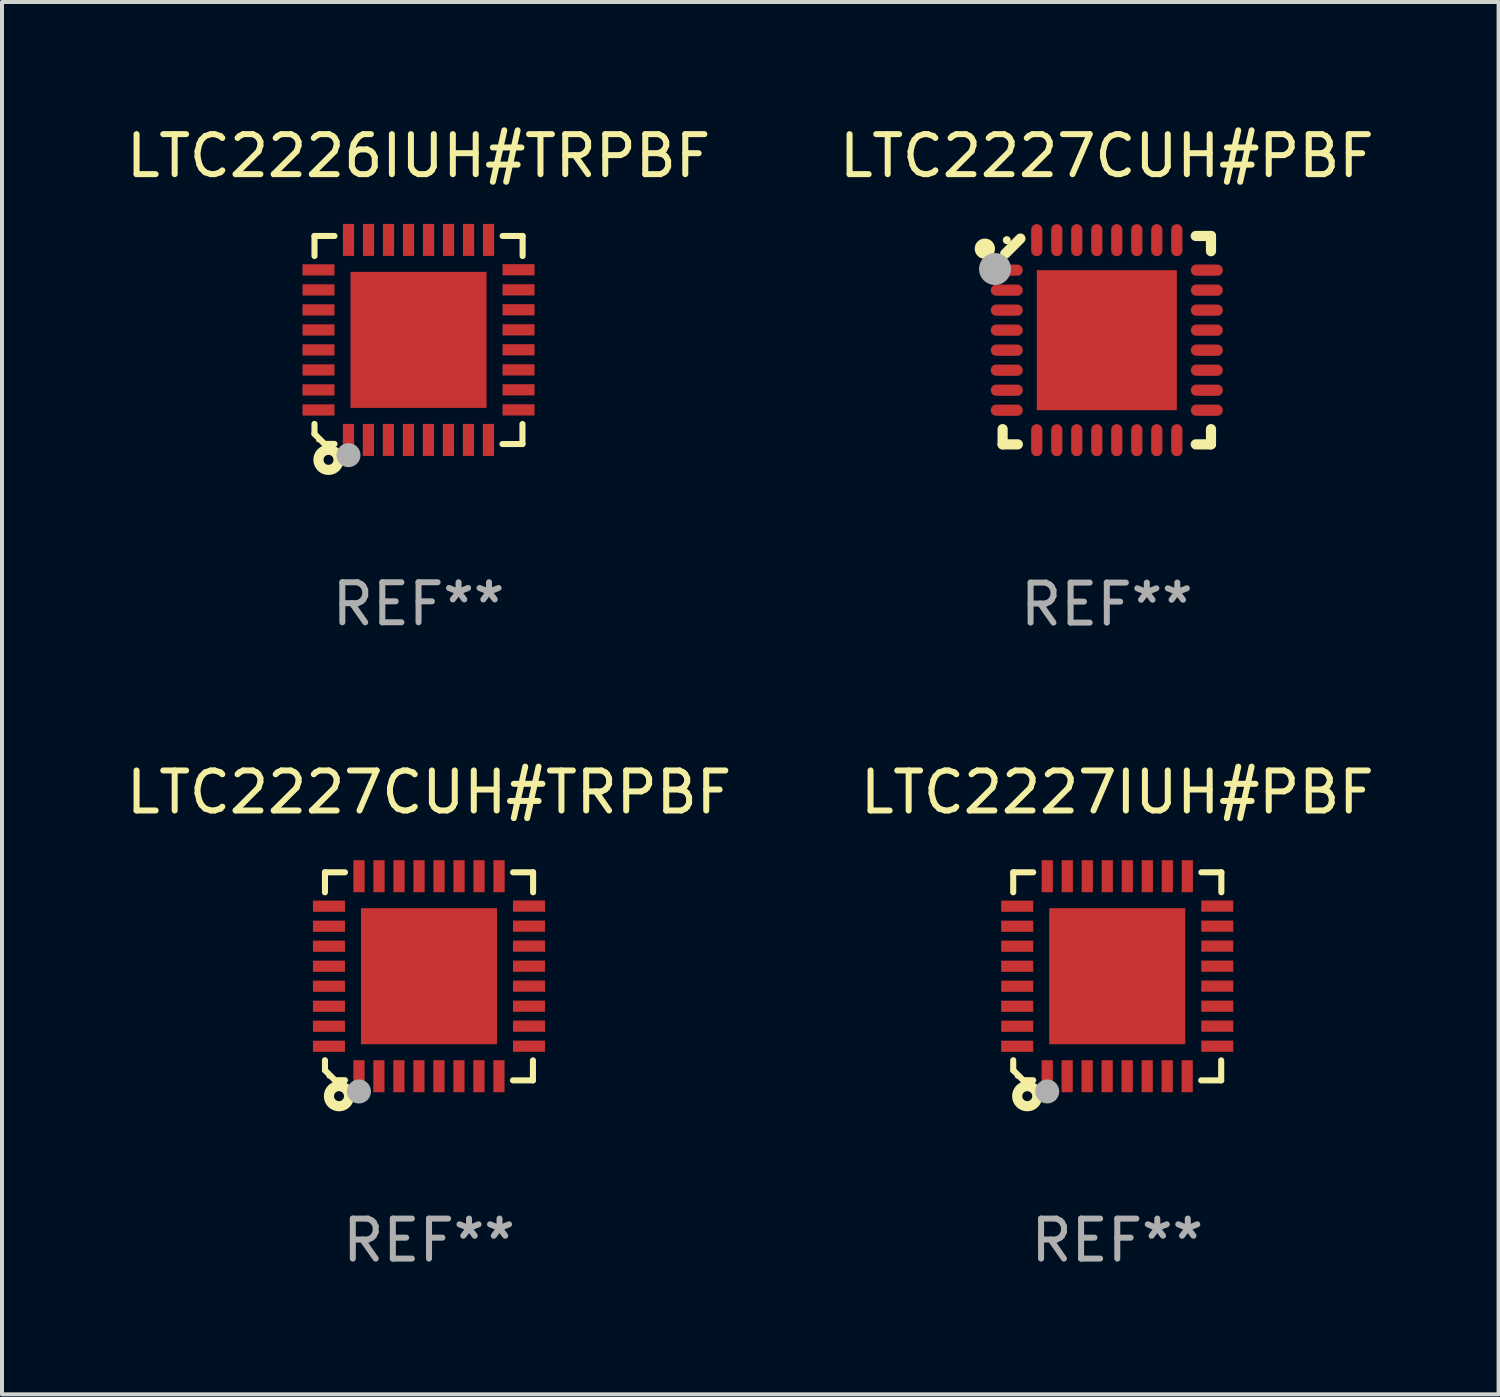
<source format=kicad_pcb>
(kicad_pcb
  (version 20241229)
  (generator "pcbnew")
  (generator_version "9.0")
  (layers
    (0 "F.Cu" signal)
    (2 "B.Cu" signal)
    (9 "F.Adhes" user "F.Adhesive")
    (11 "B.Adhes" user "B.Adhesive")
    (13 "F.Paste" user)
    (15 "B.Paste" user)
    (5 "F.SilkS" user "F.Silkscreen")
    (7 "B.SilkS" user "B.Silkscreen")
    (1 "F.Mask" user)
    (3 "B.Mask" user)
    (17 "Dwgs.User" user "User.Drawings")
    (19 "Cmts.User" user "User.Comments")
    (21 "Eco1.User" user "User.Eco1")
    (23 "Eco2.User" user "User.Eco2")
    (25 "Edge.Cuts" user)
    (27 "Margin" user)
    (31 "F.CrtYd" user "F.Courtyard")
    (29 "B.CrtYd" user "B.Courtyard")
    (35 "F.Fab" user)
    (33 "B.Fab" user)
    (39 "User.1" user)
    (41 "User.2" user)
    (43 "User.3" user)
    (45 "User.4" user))
  (footprint "LTC2227CUH#TRPBF"
    (layer "F.Cu")
    (at 7.673 21.352)
    (property "Reference" "LTC2227CUH#TRPBF" (at 0 -4.6 0) (layer "F.SilkS") (effects (font (size 1 1) (thickness 0.15))))
    (attr through_hole)
    (fp_line (start -2.601 2.097) (end -2.601 2.347) (stroke (width 0.152) (type solid)) (layer "F.SilkS"))
    (fp_line (start -2.601 2.347) (end -2.351 2.597) (stroke (width 0.152) (type solid)) (layer "F.SilkS"))
    (fp_line (start -2.601 -2.6) (end -2.601 -2.1) (stroke (width 0.152) (type solid)) (layer "F.SilkS"))
    (fp_line (start -2.601 -2.6) (end -2.101 -2.6) (stroke (width 0.152) (type solid)) (layer "F.SilkS"))
    (fp_line (start -2.351 2.597) (end -2.101 2.597) (stroke (width 0.152) (type solid)) (layer "F.SilkS"))
    (fp_line (start 2.597 2.6) (end 2.097 2.6) (stroke (width 0.152) (type solid)) (layer "F.SilkS"))
    (fp_line (start 2.597 2.6) (end 2.597 2.1) (stroke (width 0.152) (type solid)) (layer "F.SilkS"))
    (fp_line (start 2.601 -2.6) (end 2.101 -2.6) (stroke (width 0.152) (type solid)) (layer "F.SilkS"))
    (fp_line (start 2.601 -2.6) (end 2.601 -2.1) (stroke (width 0.152) (type solid)) (layer "F.SilkS"))
    (fp_circle (center -2.501 2.497) (end -2.471 2.497) (stroke (width 0.06) (type solid)) (fill no) (layer "F.SilkS"))
    (fp_circle (center -2.25 2.995) (end -2.125 2.995) (stroke (width 0.254) (type solid)) (fill no) (layer "F.SilkS"))
    (fp_circle (center -1.751 2.878) (end -1.601 2.878) (stroke (width 0.3) (type solid)) (fill no) (layer "F.Fab"))
    (fp_text user "REF**" (at 0 6.6 0) (layer "F.Fab") (effects (font (size 1 1) (thickness 0.15))))
    (pad "1" smd rect (at -1.751 2.497) (size 0.28 0.8) (layers "F.Cu" "F.Mask" "F.Paste"))
    (pad "2" smd rect (at -1.253 2.497) (size 0.28 0.8) (layers "F.Cu" "F.Mask" "F.Paste"))
    (pad "3" smd rect (at -0.753 2.497) (size 0.28 0.8) (layers "F.Cu" "F.Mask" "F.Paste"))
    (pad "4" smd rect (at -0.253 2.497) (size 0.28 0.8) (layers "F.Cu" "F.Mask" "F.Paste"))
    (pad "5" smd rect (at 0.247 2.497) (size 0.28 0.8) (layers "F.Cu" "F.Mask" "F.Paste"))
    (pad "6" smd rect (at 0.747 2.497) (size 0.28 0.8) (layers "F.Cu" "F.Mask" "F.Paste"))
    (pad "7" smd rect (at 1.247 2.497) (size 0.28 0.8) (layers "F.Cu" "F.Mask" "F.Paste"))
    (pad "8" smd rect (at 1.747 2.497) (size 0.28 0.8) (layers "F.Cu" "F.Mask" "F.Paste"))
    (pad "9" smd rect (at 2.499 1.746) (size 0.8 0.28) (layers "F.Cu" "F.Mask" "F.Paste"))
    (pad "10" smd rect (at 2.499 1.245) (size 0.8 0.28) (layers "F.Cu" "F.Mask" "F.Paste"))
    (pad "11" smd rect (at 2.499 0.746) (size 0.8 0.28) (layers "F.Cu" "F.Mask" "F.Paste"))
    (pad "12" smd rect (at 2.499 0.245) (size 0.8 0.28) (layers "F.Cu" "F.Mask" "F.Paste"))
    (pad "13" smd rect (at 2.499 -0.254) (size 0.8 0.28) (layers "F.Cu" "F.Mask" "F.Paste"))
    (pad "14" smd rect (at 2.499 -0.755) (size 0.8 0.28) (layers "F.Cu" "F.Mask" "F.Paste"))
    (pad "15" smd rect (at 2.499 -1.254) (size 0.8 0.28) (layers "F.Cu" "F.Mask" "F.Paste"))
    (pad "16" smd rect (at 2.499 -1.755) (size 0.8 0.28) (layers "F.Cu" "F.Mask" "F.Paste"))
    (pad "17" smd rect (at 1.75 -2.502) (size 0.28 0.8) (layers "F.Cu" "F.Mask" "F.Paste"))
    (pad "18" smd rect (at 1.25 -2.502) (size 0.28 0.8) (layers "F.Cu" "F.Mask" "F.Paste"))
    (pad "19" smd rect (at 0.75 -2.502) (size 0.28 0.8) (layers "F.Cu" "F.Mask" "F.Paste"))
    (pad "20" smd rect (at 0.25 -2.502) (size 0.28 0.8) (layers "F.Cu" "F.Mask" "F.Paste"))
    (pad "21" smd rect (at -0.25 -2.502) (size 0.28 0.8) (layers "F.Cu" "F.Mask" "F.Paste"))
    (pad "22" smd rect (at -0.75 -2.502) (size 0.28 0.8) (layers "F.Cu" "F.Mask" "F.Paste"))
    (pad "23" smd rect (at -1.25 -2.502) (size 0.28 0.8) (layers "F.Cu" "F.Mask" "F.Paste"))
    (pad "24" smd rect (at -1.75 -2.502) (size 0.28 0.8) (layers "F.Cu" "F.Mask" "F.Paste"))
    (pad "25" smd rect (at -2.501 -1.753) (size 0.8 0.28) (layers "F.Cu" "F.Mask" "F.Paste"))
    (pad "26" smd rect (at -2.501 -1.252) (size 0.8 0.28) (layers "F.Cu" "F.Mask" "F.Paste"))
    (pad "27" smd rect (at -2.501 -0.753) (size 0.8 0.28) (layers "F.Cu" "F.Mask" "F.Paste"))
    (pad "28" smd rect (at -2.501 -0.252) (size 0.8 0.28) (layers "F.Cu" "F.Mask" "F.Paste"))
    (pad "29" smd rect (at -2.501 0.247) (size 0.8 0.28) (layers "F.Cu" "F.Mask" "F.Paste"))
    (pad "30" smd rect (at -2.501 0.748) (size 0.8 0.28) (layers "F.Cu" "F.Mask" "F.Paste"))
    (pad "31" smd rect (at -2.501 1.247) (size 0.8 0.28) (layers "F.Cu" "F.Mask" "F.Paste"))
    (pad "32" smd rect (at -2.501 1.748) (size 0.8 0.28) (layers "F.Cu" "F.Mask" "F.Paste"))
    (pad "33" smd rect (at -0.001 -0.003 180) (size 3.4 3.4) (layers "F.Cu" "F.Mask" "F.Paste")))
  (footprint "LTC2226IUH#TRPBF"
    (layer "F.Cu")
    (at 7.411 5.448)
    (property "Reference" "LTC2226IUH#TRPBF" (at 0 -4.6 0) (layer "F.SilkS") (effects (font (size 1 1) (thickness 0.15))))
    (attr through_hole)
    (fp_line (start -2.601 2.097) (end -2.601 2.347) (stroke (width 0.152) (type solid)) (layer "F.SilkS"))
    (fp_line (start -2.601 2.347) (end -2.351 2.597) (stroke (width 0.152) (type solid)) (layer "F.SilkS"))
    (fp_line (start -2.601 -2.6) (end -2.601 -2.1) (stroke (width 0.152) (type solid)) (layer "F.SilkS"))
    (fp_line (start -2.601 -2.6) (end -2.101 -2.6) (stroke (width 0.152) (type solid)) (layer "F.SilkS"))
    (fp_line (start -2.351 2.597) (end -2.101 2.597) (stroke (width 0.152) (type solid)) (layer "F.SilkS"))
    (fp_line (start 2.597 2.6) (end 2.097 2.6) (stroke (width 0.152) (type solid)) (layer "F.SilkS"))
    (fp_line (start 2.597 2.6) (end 2.597 2.1) (stroke (width 0.152) (type solid)) (layer "F.SilkS"))
    (fp_line (start 2.601 -2.6) (end 2.101 -2.6) (stroke (width 0.152) (type solid)) (layer "F.SilkS"))
    (fp_line (start 2.601 -2.6) (end 2.601 -2.1) (stroke (width 0.152) (type solid)) (layer "F.SilkS"))
    (fp_circle (center -2.501 2.497) (end -2.471 2.497) (stroke (width 0.06) (type solid)) (fill no) (layer "F.SilkS"))
    (fp_circle (center -2.25 2.995) (end -2.125 2.995) (stroke (width 0.254) (type solid)) (fill no) (layer "F.SilkS"))
    (fp_circle (center -1.751 2.878) (end -1.601 2.878) (stroke (width 0.3) (type solid)) (fill no) (layer "F.Fab"))
    (fp_text user "REF**" (at 0 6.6 0) (layer "F.Fab") (effects (font (size 1 1) (thickness 0.15))))
    (pad "1" smd rect (at -1.751 2.497) (size 0.28 0.8) (layers "F.Cu" "F.Mask" "F.Paste"))
    (pad "2" smd rect (at -1.253 2.497) (size 0.28 0.8) (layers "F.Cu" "F.Mask" "F.Paste"))
    (pad "3" smd rect (at -0.753 2.497) (size 0.28 0.8) (layers "F.Cu" "F.Mask" "F.Paste"))
    (pad "4" smd rect (at -0.253 2.497) (size 0.28 0.8) (layers "F.Cu" "F.Mask" "F.Paste"))
    (pad "5" smd rect (at 0.247 2.497) (size 0.28 0.8) (layers "F.Cu" "F.Mask" "F.Paste"))
    (pad "6" smd rect (at 0.747 2.497) (size 0.28 0.8) (layers "F.Cu" "F.Mask" "F.Paste"))
    (pad "7" smd rect (at 1.247 2.497) (size 0.28 0.8) (layers "F.Cu" "F.Mask" "F.Paste"))
    (pad "8" smd rect (at 1.747 2.497) (size 0.28 0.8) (layers "F.Cu" "F.Mask" "F.Paste"))
    (pad "9" smd rect (at 2.499 1.746) (size 0.8 0.28) (layers "F.Cu" "F.Mask" "F.Paste"))
    (pad "10" smd rect (at 2.499 1.245) (size 0.8 0.28) (layers "F.Cu" "F.Mask" "F.Paste"))
    (pad "11" smd rect (at 2.499 0.746) (size 0.8 0.28) (layers "F.Cu" "F.Mask" "F.Paste"))
    (pad "12" smd rect (at 2.499 0.245) (size 0.8 0.28) (layers "F.Cu" "F.Mask" "F.Paste"))
    (pad "13" smd rect (at 2.499 -0.254) (size 0.8 0.28) (layers "F.Cu" "F.Mask" "F.Paste"))
    (pad "14" smd rect (at 2.499 -0.755) (size 0.8 0.28) (layers "F.Cu" "F.Mask" "F.Paste"))
    (pad "15" smd rect (at 2.499 -1.254) (size 0.8 0.28) (layers "F.Cu" "F.Mask" "F.Paste"))
    (pad "16" smd rect (at 2.499 -1.755) (size 0.8 0.28) (layers "F.Cu" "F.Mask" "F.Paste"))
    (pad "17" smd rect (at 1.75 -2.502) (size 0.28 0.8) (layers "F.Cu" "F.Mask" "F.Paste"))
    (pad "18" smd rect (at 1.25 -2.502) (size 0.28 0.8) (layers "F.Cu" "F.Mask" "F.Paste"))
    (pad "19" smd rect (at 0.75 -2.502) (size 0.28 0.8) (layers "F.Cu" "F.Mask" "F.Paste"))
    (pad "20" smd rect (at 0.25 -2.502) (size 0.28 0.8) (layers "F.Cu" "F.Mask" "F.Paste"))
    (pad "21" smd rect (at -0.25 -2.502) (size 0.28 0.8) (layers "F.Cu" "F.Mask" "F.Paste"))
    (pad "22" smd rect (at -0.75 -2.502) (size 0.28 0.8) (layers "F.Cu" "F.Mask" "F.Paste"))
    (pad "23" smd rect (at -1.25 -2.502) (size 0.28 0.8) (layers "F.Cu" "F.Mask" "F.Paste"))
    (pad "24" smd rect (at -1.75 -2.502) (size 0.28 0.8) (layers "F.Cu" "F.Mask" "F.Paste"))
    (pad "25" smd rect (at -2.501 -1.753) (size 0.8 0.28) (layers "F.Cu" "F.Mask" "F.Paste"))
    (pad "26" smd rect (at -2.501 -1.252) (size 0.8 0.28) (layers "F.Cu" "F.Mask" "F.Paste"))
    (pad "27" smd rect (at -2.501 -0.753) (size 0.8 0.28) (layers "F.Cu" "F.Mask" "F.Paste"))
    (pad "28" smd rect (at -2.501 -0.252) (size 0.8 0.28) (layers "F.Cu" "F.Mask" "F.Paste"))
    (pad "29" smd rect (at -2.501 0.247) (size 0.8 0.28) (layers "F.Cu" "F.Mask" "F.Paste"))
    (pad "30" smd rect (at -2.501 0.748) (size 0.8 0.28) (layers "F.Cu" "F.Mask" "F.Paste"))
    (pad "31" smd rect (at -2.501 1.247) (size 0.8 0.28) (layers "F.Cu" "F.Mask" "F.Paste"))
    (pad "32" smd rect (at -2.501 1.748) (size 0.8 0.28) (layers "F.Cu" "F.Mask" "F.Paste"))
    (pad "33" smd rect (at -0.001 -0.003 180) (size 3.4 3.4) (layers "F.Cu" "F.Mask" "F.Paste")))
  (footprint "LTC2227CUH#PBF"
    (layer "F.Cu")
    (at 24.613 5.452)
    (property "Reference" "LTC2227CUH#PBF" (at 0 -4.604 0) (layer "F.SilkS") (effects (font (size 1 1) (thickness 0.15))))
    (attr through_hole)
    (fp_line (start -2.604 2.223) (end -2.604 2.604) (stroke (width 0.254) (type solid)) (layer "F.SilkS"))
    (fp_line (start -2.604 2.604) (end -2.223 2.604) (stroke (width 0.254) (type solid)) (layer "F.SilkS"))
    (fp_line (start -2.159 -2.54) (end -2.54 -2.159) (stroke (width 0.254) (type solid)) (layer "F.SilkS"))
    (fp_line (start 2.223 2.604) (end 2.604 2.604) (stroke (width 0.254) (type solid)) (layer "F.SilkS"))
    (fp_line (start 2.604 -2.604) (end 2.223 -2.604) (stroke (width 0.254) (type solid)) (layer "F.SilkS"))
    (fp_line (start 2.604 -2.223) (end 2.604 -2.604) (stroke (width 0.254) (type solid)) (layer "F.SilkS"))
    (fp_line (start 2.604 2.604) (end 2.604 2.223) (stroke (width 0.254) (type solid)) (layer "F.SilkS"))
    (fp_circle (center -3.048 -2.286) (end -2.921 -2.286) (stroke (width 0.254) (type solid)) (fill no) (layer "F.SilkS"))
    (fp_circle (center -2.5 -2.5) (end -2.45 -2.5) (stroke (width 0.1) (type solid)) (fill no) (layer "F.SilkS"))
    (fp_circle (center -2.794 -1.778) (end -2.594 -1.778) (stroke (width 0.4) (type solid)) (fill no) (layer "F.Fab"))
    (fp_text user "REF**" (at 0 6.604 0) (layer "F.Fab") (effects (font (size 1 1) (thickness 0.15))))
    (pad "1" smd oval (at -2.5 -1.75) (size 0.8 0.28) (layers "F.Cu" "F.Mask" "F.Paste"))
    (pad "2" smd oval (at -2.5 -1.25) (size 0.8 0.28) (layers "F.Cu" "F.Mask" "F.Paste"))
    (pad "3" smd oval (at -2.5 -0.75) (size 0.8 0.28) (layers "F.Cu" "F.Mask" "F.Paste"))
    (pad "4" smd oval (at -2.5 -0.25) (size 0.8 0.28) (layers "F.Cu" "F.Mask" "F.Paste"))
    (pad "5" smd oval (at -2.5 0.25) (size 0.8 0.28) (layers "F.Cu" "F.Mask" "F.Paste"))
    (pad "6" smd oval (at -2.5 0.75) (size 0.8 0.28) (layers "F.Cu" "F.Mask" "F.Paste"))
    (pad "7" smd oval (at -2.5 1.25) (size 0.8 0.28) (layers "F.Cu" "F.Mask" "F.Paste"))
    (pad "8" smd oval (at -2.5 1.75) (size 0.8 0.28) (layers "F.Cu" "F.Mask" "F.Paste"))
    (pad "9" smd oval (at -1.75 2.5) (size 0.28 0.8) (layers "F.Cu" "F.Mask" "F.Paste"))
    (pad "10" smd oval (at -1.25 2.5) (size 0.28 0.8) (layers "F.Cu" "F.Mask" "F.Paste"))
    (pad "11" smd oval (at -0.75 2.5) (size 0.28 0.8) (layers "F.Cu" "F.Mask" "F.Paste"))
    (pad "12" smd oval (at -0.25 2.5) (size 0.28 0.8) (layers "F.Cu" "F.Mask" "F.Paste"))
    (pad "13" smd oval (at 0.25 2.5) (size 0.28 0.8) (layers "F.Cu" "F.Mask" "F.Paste"))
    (pad "14" smd oval (at 0.75 2.5) (size 0.28 0.8) (layers "F.Cu" "F.Mask" "F.Paste"))
    (pad "15" smd oval (at 1.25 2.5) (size 0.28 0.8) (layers "F.Cu" "F.Mask" "F.Paste"))
    (pad "16" smd oval (at 1.75 2.5) (size 0.28 0.8) (layers "F.Cu" "F.Mask" "F.Paste"))
    (pad "17" smd oval (at 2.5 1.75) (size 0.8 0.28) (layers "F.Cu" "F.Mask" "F.Paste"))
    (pad "18" smd oval (at 2.5 1.25) (size 0.8 0.28) (layers "F.Cu" "F.Mask" "F.Paste"))
    (pad "19" smd oval (at 2.5 0.75) (size 0.8 0.28) (layers "F.Cu" "F.Mask" "F.Paste"))
    (pad "20" smd oval (at 2.5 0.25) (size 0.8 0.28) (layers "F.Cu" "F.Mask" "F.Paste"))
    (pad "21" smd oval (at 2.5 -0.25) (size 0.8 0.28) (layers "F.Cu" "F.Mask" "F.Paste"))
    (pad "22" smd oval (at 2.5 -0.75) (size 0.8 0.28) (layers "F.Cu" "F.Mask" "F.Paste"))
    (pad "23" smd oval (at 2.5 -1.25) (size 0.8 0.28) (layers "F.Cu" "F.Mask" "F.Paste"))
    (pad "24" smd oval (at 2.5 -1.75) (size 0.8 0.28) (layers "F.Cu" "F.Mask" "F.Paste"))
    (pad "25" smd oval (at 1.75 -2.5) (size 0.28 0.8) (layers "F.Cu" "F.Mask" "F.Paste"))
    (pad "26" smd oval (at 1.25 -2.5) (size 0.28 0.8) (layers "F.Cu" "F.Mask" "F.Paste"))
    (pad "27" smd oval (at 0.75 -2.5) (size 0.28 0.8) (layers "F.Cu" "F.Mask" "F.Paste"))
    (pad "28" smd oval (at 0.25 -2.5) (size 0.28 0.8) (layers "F.Cu" "F.Mask" "F.Paste"))
    (pad "29" smd oval (at -0.25 -2.5) (size 0.28 0.8) (layers "F.Cu" "F.Mask" "F.Paste"))
    (pad "30" smd oval (at -0.75 -2.5) (size 0.28 0.8) (layers "F.Cu" "F.Mask" "F.Paste"))
    (pad "31" smd oval (at -1.25 -2.5) (size 0.28 0.8) (layers "F.Cu" "F.Mask" "F.Paste"))
    (pad "32" smd oval (at -1.75 -2.5) (size 0.28 0.8) (layers "F.Cu" "F.Mask" "F.Paste"))
    (pad "33" smd rect (at 0.000076 0.000076) (size 3.5 3.5) (layers "F.Cu" "F.Mask" "F.Paste")))
  (footprint "LTC2227IUH#PBF"
    (layer "F.Cu")
    (at 24.875 21.352)
    (property "Reference" "LTC2227IUH#PBF" (at 0 -4.6 0) (layer "F.SilkS") (effects (font (size 1 1) (thickness 0.15))))
    (attr through_hole)
    (fp_line (start -2.601 2.097) (end -2.601 2.347) (stroke (width 0.152) (type solid)) (layer "F.SilkS"))
    (fp_line (start -2.601 2.347) (end -2.351 2.597) (stroke (width 0.152) (type solid)) (layer "F.SilkS"))
    (fp_line (start -2.601 -2.6) (end -2.601 -2.1) (stroke (width 0.152) (type solid)) (layer "F.SilkS"))
    (fp_line (start -2.601 -2.6) (end -2.101 -2.6) (stroke (width 0.152) (type solid)) (layer "F.SilkS"))
    (fp_line (start -2.351 2.597) (end -2.101 2.597) (stroke (width 0.152) (type solid)) (layer "F.SilkS"))
    (fp_line (start 2.597 2.6) (end 2.097 2.6) (stroke (width 0.152) (type solid)) (layer "F.SilkS"))
    (fp_line (start 2.597 2.6) (end 2.597 2.1) (stroke (width 0.152) (type solid)) (layer "F.SilkS"))
    (fp_line (start 2.601 -2.6) (end 2.101 -2.6) (stroke (width 0.152) (type solid)) (layer "F.SilkS"))
    (fp_line (start 2.601 -2.6) (end 2.601 -2.1) (stroke (width 0.152) (type solid)) (layer "F.SilkS"))
    (fp_circle (center -2.501 2.497) (end -2.471 2.497) (stroke (width 0.06) (type solid)) (fill no) (layer "F.SilkS"))
    (fp_circle (center -2.25 2.995) (end -2.125 2.995) (stroke (width 0.254) (type solid)) (fill no) (layer "F.SilkS"))
    (fp_circle (center -1.751 2.878) (end -1.601 2.878) (stroke (width 0.3) (type solid)) (fill no) (layer "F.Fab"))
    (fp_text user "REF**" (at 0 6.6 0) (layer "F.Fab") (effects (font (size 1 1) (thickness 0.15))))
    (pad "1" smd rect (at -1.751 2.497) (size 0.28 0.8) (layers "F.Cu" "F.Mask" "F.Paste"))
    (pad "2" smd rect (at -1.253 2.497) (size 0.28 0.8) (layers "F.Cu" "F.Mask" "F.Paste"))
    (pad "3" smd rect (at -0.753 2.497) (size 0.28 0.8) (layers "F.Cu" "F.Mask" "F.Paste"))
    (pad "4" smd rect (at -0.253 2.497) (size 0.28 0.8) (layers "F.Cu" "F.Mask" "F.Paste"))
    (pad "5" smd rect (at 0.247 2.497) (size 0.28 0.8) (layers "F.Cu" "F.Mask" "F.Paste"))
    (pad "6" smd rect (at 0.747 2.497) (size 0.28 0.8) (layers "F.Cu" "F.Mask" "F.Paste"))
    (pad "7" smd rect (at 1.247 2.497) (size 0.28 0.8) (layers "F.Cu" "F.Mask" "F.Paste"))
    (pad "8" smd rect (at 1.747 2.497) (size 0.28 0.8) (layers "F.Cu" "F.Mask" "F.Paste"))
    (pad "9" smd rect (at 2.499 1.746) (size 0.8 0.28) (layers "F.Cu" "F.Mask" "F.Paste"))
    (pad "10" smd rect (at 2.499 1.245) (size 0.8 0.28) (layers "F.Cu" "F.Mask" "F.Paste"))
    (pad "11" smd rect (at 2.499 0.746) (size 0.8 0.28) (layers "F.Cu" "F.Mask" "F.Paste"))
    (pad "12" smd rect (at 2.499 0.245) (size 0.8 0.28) (layers "F.Cu" "F.Mask" "F.Paste"))
    (pad "13" smd rect (at 2.499 -0.254) (size 0.8 0.28) (layers "F.Cu" "F.Mask" "F.Paste"))
    (pad "14" smd rect (at 2.499 -0.755) (size 0.8 0.28) (layers "F.Cu" "F.Mask" "F.Paste"))
    (pad "15" smd rect (at 2.499 -1.254) (size 0.8 0.28) (layers "F.Cu" "F.Mask" "F.Paste"))
    (pad "16" smd rect (at 2.499 -1.755) (size 0.8 0.28) (layers "F.Cu" "F.Mask" "F.Paste"))
    (pad "17" smd rect (at 1.75 -2.502) (size 0.28 0.8) (layers "F.Cu" "F.Mask" "F.Paste"))
    (pad "18" smd rect (at 1.25 -2.502) (size 0.28 0.8) (layers "F.Cu" "F.Mask" "F.Paste"))
    (pad "19" smd rect (at 0.75 -2.502) (size 0.28 0.8) (layers "F.Cu" "F.Mask" "F.Paste"))
    (pad "20" smd rect (at 0.25 -2.502) (size 0.28 0.8) (layers "F.Cu" "F.Mask" "F.Paste"))
    (pad "21" smd rect (at -0.25 -2.502) (size 0.28 0.8) (layers "F.Cu" "F.Mask" "F.Paste"))
    (pad "22" smd rect (at -0.75 -2.502) (size 0.28 0.8) (layers "F.Cu" "F.Mask" "F.Paste"))
    (pad "23" smd rect (at -1.25 -2.502) (size 0.28 0.8) (layers "F.Cu" "F.Mask" "F.Paste"))
    (pad "24" smd rect (at -1.75 -2.502) (size 0.28 0.8) (layers "F.Cu" "F.Mask" "F.Paste"))
    (pad "25" smd rect (at -2.501 -1.753) (size 0.8 0.28) (layers "F.Cu" "F.Mask" "F.Paste"))
    (pad "26" smd rect (at -2.501 -1.252) (size 0.8 0.28) (layers "F.Cu" "F.Mask" "F.Paste"))
    (pad "27" smd rect (at -2.501 -0.753) (size 0.8 0.28) (layers "F.Cu" "F.Mask" "F.Paste"))
    (pad "28" smd rect (at -2.501 -0.252) (size 0.8 0.28) (layers "F.Cu" "F.Mask" "F.Paste"))
    (pad "29" smd rect (at -2.501 0.247) (size 0.8 0.28) (layers "F.Cu" "F.Mask" "F.Paste"))
    (pad "30" smd rect (at -2.501 0.748) (size 0.8 0.28) (layers "F.Cu" "F.Mask" "F.Paste"))
    (pad "31" smd rect (at -2.501 1.247) (size 0.8 0.28) (layers "F.Cu" "F.Mask" "F.Paste"))
    (pad "32" smd rect (at -2.501 1.748) (size 0.8 0.28) (layers "F.Cu" "F.Mask" "F.Paste"))
    (pad "33" smd rect (at -0.001 -0.003 180) (size 3.4 3.4) (layers "F.Cu" "F.Mask" "F.Paste")))
  (gr_rect
    (start -3 -3)
    (end 34.405 31.8)
    (stroke (width 0.1) (type default))
    (fill no)
    (layer "Edge.Cuts")))
</source>
